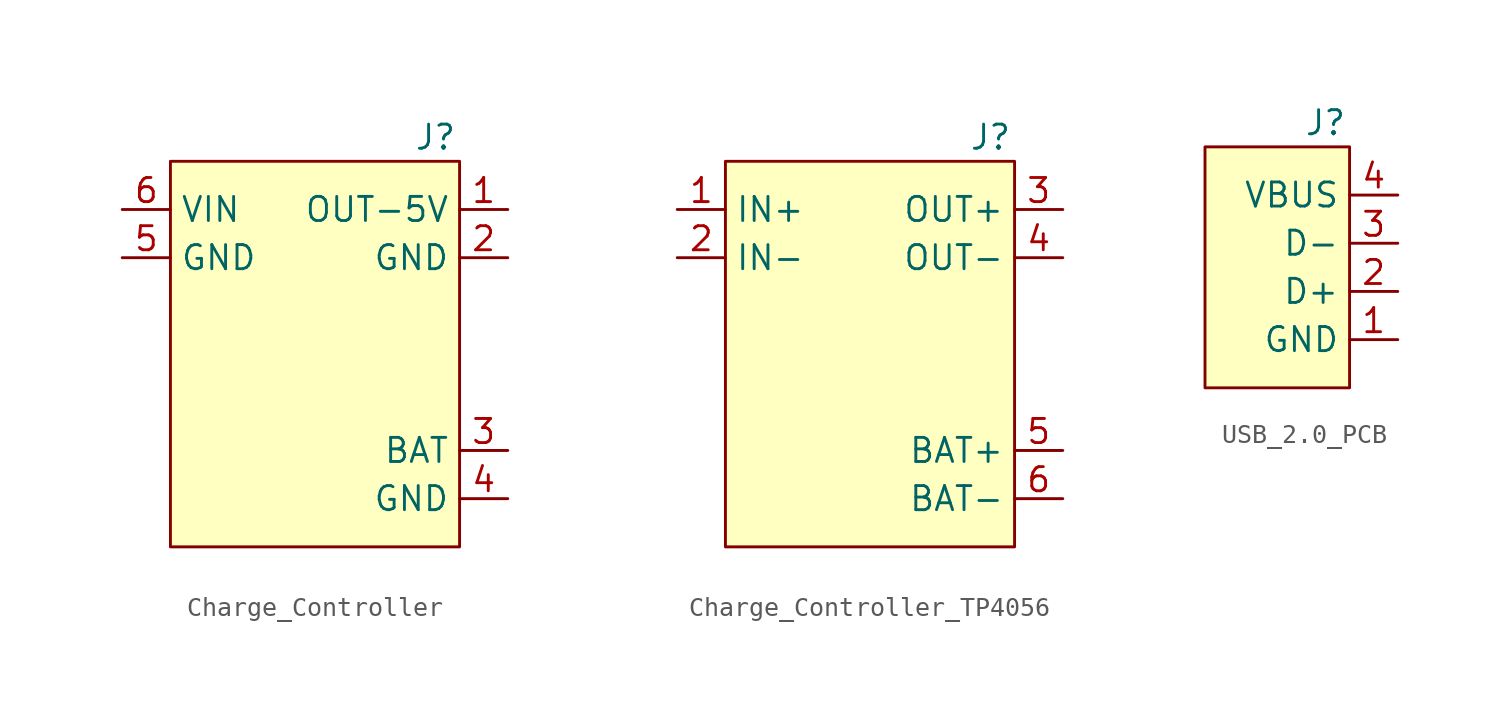
<source format=kicad_sym>
(kicad_symbol_lib
  (version 20220914)
  (generator kicad_symbol_editor)
  (symbol "Charge_Controller"
    (property "Reference" "J"
      (at 13.97 1.27 0)
      (effects (font (size 1.27 1.27))))
    (property "Value" ""
      (at 0 0 0)
      (effects (font (size 1.27 1.27))))
    (symbol "Charge_Controller_1_1"
      (rectangle (start 0 0) (end 15.24 -20.32) (stroke (width 0) (type default)) (fill (type background)))
      (pin power_out line (at 17.78 -2.54 180) (length 2.54) (name "OUT-5V" (effects (font (size 1.27 1.27)))) (number "1" (effects (font (size 1.27 1.27)))))
      (pin power_out line (at 17.78 -5.08 180) (length 2.54) (name "GND" (effects (font (size 1.27 1.27)))) (number "2" (effects (font (size 1.27 1.27)))))
      (pin passive line (at 17.78 -15.24 180) (length 2.54) (name "BAT" (effects (font (size 1.27 1.27)))) (number "3" (effects (font (size 1.27 1.27)))))
      (pin passive line (at 17.78 -17.78 180) (length 2.54) (name "GND" (effects (font (size 1.27 1.27)))) (number "4" (effects (font (size 1.27 1.27)))))
      (pin power_in line (at -2.54 -5.08 0) (length 2.54) (name "GND" (effects (font (size 1.27 1.27)))) (number "5" (effects (font (size 1.27 1.27)))))
      (pin power_in line (at -2.54 -2.54 0) (length 2.54) (name "VIN" (effects (font (size 1.27 1.27)))) (number "6" (effects (font (size 1.27 1.27)))))))
  (symbol "Charge_Controller_TP4056"
    (property "Reference" "J"
      (at 13.97 1.27 0)
      (effects (font (size 1.27 1.27))))
    (property "Value" ""
      (at 0 0 0)
      (effects (font (size 1.27 1.27))))
    (symbol "Charge_Controller_TP4056_1_1"
      (rectangle (start 0 0) (end 15.24 -20.32) (stroke (width 0) (type default)) (fill (type background)))
      (pin power_in line (at -2.54 -2.54 0) (length 2.54) (name "IN+" (effects (font (size 1.27 1.27)))) (number "1" (effects (font (size 1.27 1.27)))))
      (pin power_in line (at -2.54 -5.08 0) (length 2.54) (name "IN-" (effects (font (size 1.27 1.27)))) (number "2" (effects (font (size 1.27 1.27)))))
      (pin power_out line (at 17.78 -2.54 180) (length 2.54) (name "OUT+" (effects (font (size 1.27 1.27)))) (number "3" (effects (font (size 1.27 1.27)))))
      (pin power_out line (at 17.78 -5.08 180) (length 2.54) (name "OUT-" (effects (font (size 1.27 1.27)))) (number "4" (effects (font (size 1.27 1.27)))))
      (pin passive line (at 17.78 -15.24 180) (length 2.54) (name "BAT+" (effects (font (size 1.27 1.27)))) (number "5" (effects (font (size 1.27 1.27)))))
      (pin passive line (at 17.78 -17.78 180) (length 2.54) (name "BAT-" (effects (font (size 1.27 1.27)))) (number "6" (effects (font (size 1.27 1.27)))))))
  (symbol "USB_2.0_PCB"
    (property "Reference" "J"
      (at 2.54 7.62 0)
      (effects (font (size 1.27 1.27))))
    (property "Value" ""
      (at -1.27 7.62 0)
      (effects (font (size 1.27 1.27))))
    (symbol "USB_2.0_PCB_1_1"
      (rectangle (start -3.81 6.35) (end 3.81 -6.35) (stroke (width 0) (type default)) (fill (type background)))
      (pin power_in line (at 6.35 -3.81 180) (length 2.54) (name "GND" (effects (font (size 1.27 1.27)))) (number "1" (effects (font (size 1.27 1.27)))))
      (pin passive line (at 6.35 -1.27 180) (length 2.54) (name "D+" (effects (font (size 1.27 1.27)))) (number "2" (effects (font (size 1.27 1.27)))))
      (pin passive line (at 6.35 1.27 180) (length 2.54) (name "D-" (effects (font (size 1.27 1.27)))) (number "3" (effects (font (size 1.27 1.27)))))
      (pin power_in line (at 6.35 3.81 180) (length 2.54) (name "VBUS" (effects (font (size 1.27 1.27)))) (number "4" (effects (font (size 1.27 1.27))))))))
</source>
